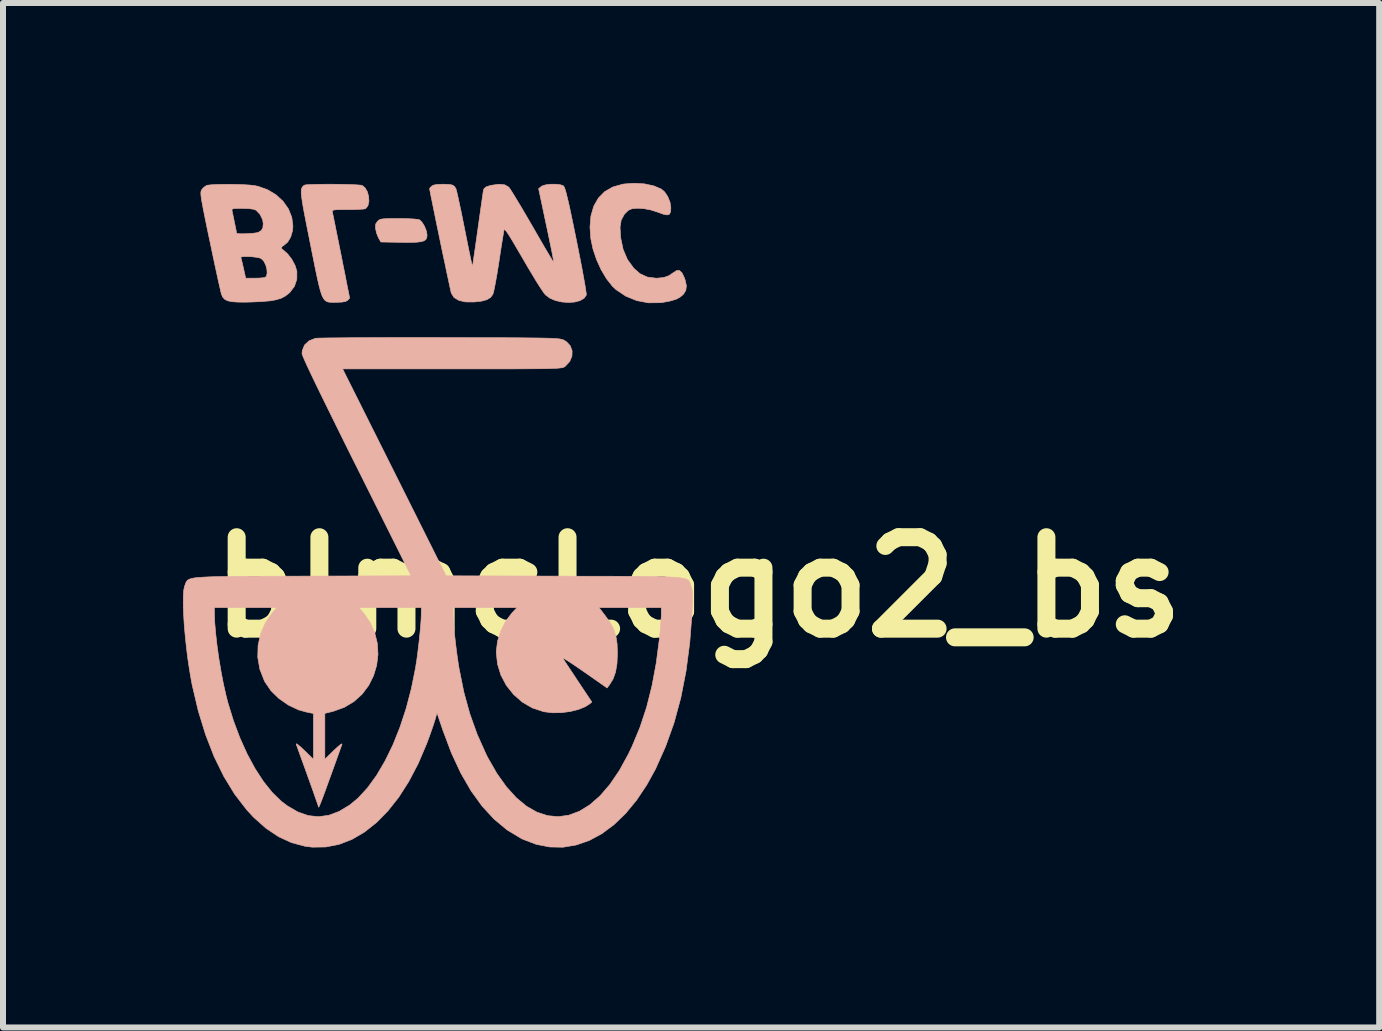
<source format=kicad_pcb>
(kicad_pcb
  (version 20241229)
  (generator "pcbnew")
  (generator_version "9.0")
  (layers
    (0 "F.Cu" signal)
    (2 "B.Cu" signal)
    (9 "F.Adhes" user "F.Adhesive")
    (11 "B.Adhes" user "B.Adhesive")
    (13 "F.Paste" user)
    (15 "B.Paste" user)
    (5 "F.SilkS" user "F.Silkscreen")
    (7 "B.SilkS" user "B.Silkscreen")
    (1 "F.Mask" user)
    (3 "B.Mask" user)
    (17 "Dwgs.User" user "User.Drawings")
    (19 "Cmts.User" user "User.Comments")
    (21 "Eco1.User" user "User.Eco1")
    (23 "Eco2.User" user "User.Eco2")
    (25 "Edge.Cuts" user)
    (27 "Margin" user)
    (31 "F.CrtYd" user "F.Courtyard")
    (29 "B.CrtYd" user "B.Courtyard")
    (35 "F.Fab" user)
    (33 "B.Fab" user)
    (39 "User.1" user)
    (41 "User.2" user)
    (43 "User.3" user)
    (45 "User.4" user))
  (footprint "blmcLogo2_bs"
    (layer "F.Cu")
    (at 8.588 6.74)
    (property "Reference" "blmcLogo2_bs" (at 0 0 0) (layer "F.SilkS") (effects (font (size 1.524 1.524) (thickness 0.3))))
    (attr through_hole)
    (fp_poly (pts (xy -4.696 -5.752) (xy -4.618 -5.761) (xy -4.566 -5.777) (xy -4.536 -5.802) (xy -4.522 -5.837) (xy -4.519 -5.874) (xy -4.531 -5.942) (xy -4.561 -6.017) (xy -4.601 -6.083) (xy -4.643 -6.125) (xy -4.645 -6.126) (xy -4.68 -6.134) (xy -4.75 -6.14) (xy -4.844 -6.145) (xy -4.955 -6.147) (xy -4.993 -6.147) (xy -5.114 -6.147) (xy -5.199 -6.145) (xy -5.257 -6.141) (xy -5.295 -6.134) (xy -5.321 -6.122) (xy -5.34 -6.105) (xy -5.345 -6.1) (xy -5.374 -6.058) (xy -5.38 -6.008) (xy -5.375 -5.968) (xy -5.357 -5.894) (xy -5.329 -5.826) (xy -5.325 -5.819) (xy -5.289 -5.756) (xy -4.954 -5.75) (xy -4.807 -5.749) (xy -4.696 -5.752)) (stroke (width 0.01) (type solid)) (fill yes) (layer "B.SilkS"))
    (fp_poly (pts (xy -0.631 -4.744) (xy -0.583 -4.75) (xy -0.46 -4.774) (xy -0.369 -4.801) (xy -0.302 -4.836) (xy -0.248 -4.882) (xy -0.245 -4.885) (xy -0.206 -4.949) (xy -0.196 -5.025) (xy -0.217 -5.123) (xy -0.231 -5.162) (xy -0.269 -5.241) (xy -0.31 -5.28) (xy -0.357 -5.281) (xy -0.408 -5.248) (xy -0.488 -5.194) (xy -0.573 -5.164) (xy -0.68 -5.153) (xy -0.705 -5.153) (xy -0.846 -5.171) (xy -0.967 -5.226) (xy -1.073 -5.318) (xy -1.179 -5.464) (xy -1.251 -5.633) (xy -1.292 -5.828) (xy -1.302 -6.001) (xy -1.283 -6.121) (xy -1.228 -6.222) (xy -1.161 -6.286) (xy -1.1 -6.311) (xy -1.01 -6.319) (xy -0.903 -6.312) (xy -0.788 -6.29) (xy -0.675 -6.254) (xy -0.673 -6.253) (xy -0.579 -6.219) (xy -0.516 -6.207) (xy -0.478 -6.219) (xy -0.46 -6.258) (xy -0.455 -6.325) (xy -0.455 -6.326) (xy -0.469 -6.419) (xy -0.507 -6.513) (xy -0.56 -6.592) (xy -0.614 -6.638) (xy -0.741 -6.692) (xy -0.895 -6.725) (xy -1.064 -6.735) (xy -1.235 -6.723) (xy -1.259 -6.719) (xy -1.422 -6.673) (xy -1.557 -6.596) (xy -1.663 -6.488) (xy -1.74 -6.353) (xy -1.787 -6.191) (xy -1.803 -6.004) (xy -1.789 -5.811) (xy -1.753 -5.639) (xy -1.694 -5.464) (xy -1.618 -5.296) (xy -1.528 -5.144) (xy -1.43 -5.02) (xy -1.369 -4.962) (xy -1.206 -4.853) (xy -1.024 -4.779) (xy -0.83 -4.742) (xy -0.631 -4.744)) (stroke (width 0.01) (type solid)) (fill yes) (layer "B.SilkS"))
    (fp_poly (pts (xy -6.063 -4.75) (xy -6.035 -4.75) (xy -5.94 -4.754) (xy -5.879 -4.764) (xy -5.844 -4.783) (xy -5.843 -4.784) (xy -5.817 -4.812) (xy -5.81 -4.822) (xy -5.814 -4.843) (xy -5.825 -4.901) (xy -5.843 -4.988) (xy -5.865 -5.099) (xy -5.89 -5.229) (xy -5.919 -5.37) (xy -5.948 -5.518) (xy -5.978 -5.667) (xy -6.007 -5.811) (xy -6.034 -5.944) (xy -6.057 -6.06) (xy -6.076 -6.153) (xy -6.089 -6.217) (xy -6.096 -6.248) (xy -6.096 -6.248) (xy -6.099 -6.268) (xy -6.094 -6.281) (xy -6.074 -6.289) (xy -6.033 -6.294) (xy -5.963 -6.296) (xy -5.859 -6.296) (xy -5.837 -6.296) (xy -5.733 -6.297) (xy -5.644 -6.301) (xy -5.578 -6.305) (xy -5.545 -6.311) (xy -5.543 -6.312) (xy -5.505 -6.361) (xy -5.488 -6.433) (xy -5.493 -6.515) (xy -5.515 -6.596) (xy -5.555 -6.662) (xy -5.598 -6.697) (xy -5.63 -6.704) (xy -5.696 -6.709) (xy -5.789 -6.713) (xy -5.901 -6.716) (xy -6.024 -6.718) (xy -6.15 -6.719) (xy -6.272 -6.718) (xy -6.382 -6.716) (xy -6.473 -6.713) (xy -6.536 -6.709) (xy -6.564 -6.703) (xy -6.584 -6.688) (xy -6.599 -6.671) (xy -6.61 -6.648) (xy -6.616 -6.614) (xy -6.616 -6.567) (xy -6.609 -6.502) (xy -6.597 -6.416) (xy -6.578 -6.304) (xy -6.551 -6.163) (xy -6.517 -5.99) (xy -6.475 -5.78) (xy -6.463 -5.718) (xy -6.418 -5.493) (xy -6.38 -5.305) (xy -6.348 -5.152) (xy -6.32 -5.03) (xy -6.295 -4.936) (xy -6.271 -4.865) (xy -6.246 -4.815) (xy -6.219 -4.782) (xy -6.189 -4.762) (xy -6.154 -4.753) (xy -6.112 -4.75) (xy -6.063 -4.75)) (stroke (width 0.01) (type solid)) (fill yes) (layer "B.SilkS"))
    (fp_poly (pts (xy -7.431 -4.756) (xy -7.266 -4.764) (xy -7.136 -4.775) (xy -7.034 -4.793) (xy -6.952 -4.818) (xy -6.885 -4.853) (xy -6.825 -4.899) (xy -6.805 -4.917) (xy -6.729 -5.018) (xy -6.69 -5.136) (xy -6.689 -5.268) (xy -6.69 -5.27) (xy -6.719 -5.365) (xy -6.773 -5.466) (xy -6.842 -5.556) (xy -6.893 -5.603) (xy -6.938 -5.64) (xy -6.949 -5.666) (xy -6.925 -5.689) (xy -6.903 -5.702) (xy -6.841 -5.756) (xy -6.792 -5.84) (xy -6.762 -5.943) (xy -6.755 -6.019) (xy -6.774 -6.167) (xy -6.83 -6.307) (xy -6.919 -6.434) (xy -7.036 -6.542) (xy -7.177 -6.627) (xy -7.336 -6.684) (xy -7.401 -6.697) (xy -7.474 -6.705) (xy -7.572 -6.711) (xy -7.686 -6.715) (xy -7.808 -6.717) (xy -7.927 -6.716) (xy -8.035 -6.714) (xy -8.123 -6.709) (xy -8.181 -6.702) (xy -8.195 -6.698) (xy -8.242 -6.666) (xy -8.275 -6.628) (xy -8.283 -6.613) (xy -8.288 -6.594) (xy -8.29 -6.566) (xy -8.287 -6.526) (xy -8.28 -6.47) (xy -8.266 -6.393) (xy -8.247 -6.292) (xy -7.772 -6.292) (xy -7.764 -6.306) (xy -7.738 -6.313) (xy -7.684 -6.316) (xy -7.597 -6.316) (xy -7.594 -6.316) (xy -7.482 -6.312) (xy -7.407 -6.301) (xy -7.368 -6.285) (xy -7.301 -6.213) (xy -7.259 -6.125) (xy -7.25 -6.063) (xy -7.256 -5.994) (xy -7.28 -5.95) (xy -7.327 -5.918) (xy -7.363 -5.909) (xy -7.423 -5.901) (xy -7.496 -5.896) (xy -7.572 -5.893) (xy -7.637 -5.893) (xy -7.682 -5.897) (xy -7.694 -5.903) (xy -7.698 -5.926) (xy -7.708 -5.98) (xy -7.723 -6.051) (xy -7.739 -6.129) (xy -7.754 -6.202) (xy -7.766 -6.258) (xy -7.768 -6.269) (xy -7.772 -6.292) (xy -8.247 -6.292) (xy -8.247 -6.292) (xy -8.221 -6.162) (xy -8.188 -5.999) (xy -8.146 -5.8) (xy -8.138 -5.764) (xy -8.1 -5.582) (xy -8.082 -5.497) (xy -7.624 -5.497) (xy -7.613 -5.508) (xy -7.571 -5.513) (xy -7.509 -5.514) (xy -7.438 -5.51) (xy -7.368 -5.502) (xy -7.312 -5.491) (xy -7.282 -5.479) (xy -7.24 -5.436) (xy -7.208 -5.372) (xy -7.189 -5.302) (xy -7.185 -5.236) (xy -7.197 -5.185) (xy -7.219 -5.166) (xy -7.257 -5.159) (xy -7.322 -5.154) (xy -7.398 -5.153) (xy -7.543 -5.153) (xy -7.579 -5.317) (xy -7.597 -5.396) (xy -7.612 -5.459) (xy -7.623 -5.494) (xy -7.624 -5.497) (xy -8.082 -5.497) (xy -8.064 -5.411) (xy -8.03 -5.255) (xy -8.001 -5.12) (xy -7.976 -5.011) (xy -7.958 -4.932) (xy -7.948 -4.889) (xy -7.946 -4.885) (xy -7.925 -4.837) (xy -7.892 -4.801) (xy -7.843 -4.776) (xy -7.771 -4.761) (xy -7.672 -4.754) (xy -7.539 -4.753) (xy -7.431 -4.756)) (stroke (width 0.01) (type solid)) (fill yes) (layer "B.SilkS"))
    (fp_poly (pts (xy -2.059 -4.755) (xy -1.968 -4.779) (xy -1.901 -4.819) (xy -1.864 -4.872) (xy -1.866 -4.901) (xy -1.875 -4.966) (xy -1.891 -5.064) (xy -1.914 -5.19) (xy -1.941 -5.339) (xy -1.974 -5.507) (xy -2.01 -5.689) (xy -2.03 -5.788) (xy -2.076 -6.013) (xy -2.115 -6.2) (xy -2.147 -6.352) (xy -2.175 -6.471) (xy -2.197 -6.561) (xy -2.215 -6.625) (xy -2.23 -6.667) (xy -2.242 -6.688) (xy -2.245 -6.691) (xy -2.296 -6.71) (xy -2.373 -6.719) (xy -2.46 -6.719) (xy -2.541 -6.709) (xy -2.601 -6.69) (xy -2.613 -6.682) (xy -2.659 -6.645) (xy -2.53 -6.034) (xy -2.497 -5.879) (xy -2.468 -5.738) (xy -2.443 -5.617) (xy -2.424 -5.52) (xy -2.412 -5.452) (xy -2.407 -5.419) (xy -2.407 -5.416) (xy -2.418 -5.432) (xy -2.449 -5.481) (xy -2.495 -5.558) (xy -2.555 -5.659) (xy -2.625 -5.78) (xy -2.704 -5.916) (xy -2.762 -6.017) (xy -2.848 -6.165) (xy -2.929 -6.303) (xy -3.002 -6.425) (xy -3.065 -6.529) (xy -3.114 -6.608) (xy -3.147 -6.657) (xy -3.158 -6.671) (xy -3.224 -6.709) (xy -3.321 -6.719) (xy -3.447 -6.701) (xy -3.473 -6.695) (xy -3.54 -6.672) (xy -3.572 -6.64) (xy -3.577 -6.626) (xy -3.583 -6.595) (xy -3.593 -6.526) (xy -3.607 -6.428) (xy -3.625 -6.304) (xy -3.645 -6.162) (xy -3.667 -6.006) (xy -3.672 -5.969) (xy -3.694 -5.814) (xy -3.714 -5.672) (xy -3.732 -5.55) (xy -3.746 -5.453) (xy -3.756 -5.385) (xy -3.762 -5.353) (xy -3.763 -5.351) (xy -3.768 -5.37) (xy -3.781 -5.425) (xy -3.799 -5.511) (xy -3.823 -5.624) (xy -3.85 -5.759) (xy -3.88 -5.91) (xy -3.893 -5.974) (xy -3.925 -6.133) (xy -3.955 -6.281) (xy -3.983 -6.41) (xy -4.006 -6.517) (xy -4.024 -6.595) (xy -4.036 -6.639) (xy -4.038 -6.645) (xy -4.061 -6.681) (xy -4.091 -6.703) (xy -4.138 -6.714) (xy -4.213 -6.718) (xy -4.258 -6.719) (xy -4.352 -6.715) (xy -4.412 -6.704) (xy -4.443 -6.686) (xy -4.47 -6.657) (xy -4.477 -6.645) (xy -4.472 -6.619) (xy -4.461 -6.557) (xy -4.442 -6.465) (xy -4.418 -6.347) (xy -4.39 -6.209) (xy -4.359 -6.056) (xy -4.325 -5.894) (xy -4.291 -5.728) (xy -4.257 -5.564) (xy -4.223 -5.407) (xy -4.193 -5.261) (xy -4.165 -5.133) (xy -4.143 -5.028) (xy -4.126 -4.951) (xy -4.116 -4.908) (xy -4.114 -4.902) (xy -4.07 -4.831) (xy -3.99 -4.783) (xy -3.878 -4.757) (xy -3.734 -4.756) (xy -3.734 -4.756) (xy -3.609 -4.77) (xy -3.52 -4.795) (xy -3.46 -4.832) (xy -3.422 -4.884) (xy -3.411 -4.921) (xy -3.395 -4.994) (xy -3.376 -5.095) (xy -3.354 -5.217) (xy -3.332 -5.353) (xy -3.321 -5.423) (xy -3.3 -5.564) (xy -3.28 -5.693) (xy -3.262 -5.803) (xy -3.248 -5.888) (xy -3.239 -5.942) (xy -3.237 -5.955) (xy -3.23 -5.963) (xy -3.215 -5.954) (xy -3.191 -5.925) (xy -3.155 -5.871) (xy -3.105 -5.791) (xy -3.04 -5.68) (xy -2.956 -5.537) (xy -2.922 -5.479) (xy -2.841 -5.339) (xy -2.762 -5.208) (xy -2.691 -5.09) (xy -2.629 -4.993) (xy -2.58 -4.92) (xy -2.548 -4.878) (xy -2.546 -4.876) (xy -2.472 -4.82) (xy -2.378 -4.78) (xy -2.272 -4.756) (xy -2.163 -4.748) (xy -2.059 -4.755)) (stroke (width 0.01) (type solid)) (fill yes) (layer "B.SilkS"))
    (fp_poly (pts (xy -2.033 4.296) (xy -1.816 4.221) (xy -1.606 4.108) (xy -1.403 3.957) (xy -1.209 3.77) (xy -1.026 3.548) (xy -0.854 3.29) (xy -0.71 3.028) (xy -0.543 2.654) (xy -0.402 2.26) (xy -0.289 1.842) (xy -0.202 1.397) (xy -0.14 0.923) (xy -0.106 0.483) (xy -0.099 0.337) (xy -0.094 0.226) (xy -0.093 0.144) (xy -0.095 0.084) (xy -0.101 0.039) (xy -0.11 0.003) (xy -0.118 -0.018) (xy -0.127 -0.045) (xy -0.135 -0.069) (xy -0.144 -0.09) (xy -0.156 -0.108) (xy -0.174 -0.123) (xy -0.201 -0.136) (xy -0.238 -0.147) (xy -0.289 -0.156) (xy -0.356 -0.164) (xy -0.442 -0.17) (xy -0.549 -0.174) (xy -0.679 -0.177) (xy -0.835 -0.18) (xy -1.02 -0.182) (xy -1.237 -0.183) (xy -1.487 -0.184) (xy -1.773 -0.184) (xy -2.099 -0.185) (xy -2.233 -0.186) (xy -4.202 -0.191) (xy -5.064 -1.916) (xy -5.927 -3.641) (xy -4.099 -3.641) (xy -3.779 -3.641) (xy -3.498 -3.641) (xy -3.255 -3.641) (xy -3.045 -3.641) (xy -2.868 -3.642) (xy -2.719 -3.643) (xy -2.596 -3.644) (xy -2.496 -3.646) (xy -2.417 -3.649) (xy -2.356 -3.651) (xy -2.31 -3.655) (xy -2.277 -3.659) (xy -2.254 -3.664) (xy -2.237 -3.67) (xy -2.225 -3.677) (xy -2.215 -3.685) (xy -2.214 -3.685) (xy -2.141 -3.764) (xy -2.104 -3.852) (xy -2.101 -3.942) (xy -2.132 -4.026) (xy -2.197 -4.095) (xy -2.237 -4.119) (xy -2.252 -4.126) (xy -2.27 -4.132) (xy -2.294 -4.137) (xy -2.325 -4.142) (xy -2.368 -4.146) (xy -2.423 -4.149) (xy -2.495 -4.152) (xy -2.585 -4.154) (xy -2.697 -4.156) (xy -2.832 -4.157) (xy -2.994 -4.159) (xy -3.185 -4.16) (xy -3.408 -4.161) (xy -3.665 -4.161) (xy -3.958 -4.162) (xy -4.292 -4.162) (xy -4.318 -4.163) (xy -4.607 -4.163) (xy -4.884 -4.163) (xy -5.148 -4.163) (xy -5.394 -4.162) (xy -5.619 -4.161) (xy -5.822 -4.16) (xy -5.998 -4.158) (xy -6.145 -4.157) (xy -6.259 -4.155) (xy -6.338 -4.153) (xy -6.378 -4.151) (xy -6.382 -4.15) (xy -6.487 -4.108) (xy -6.56 -4.04) (xy -6.598 -3.95) (xy -6.604 -3.895) (xy -6.594 -3.865) (xy -6.566 -3.798) (xy -6.52 -3.696) (xy -6.456 -3.56) (xy -6.375 -3.391) (xy -6.277 -3.19) (xy -6.163 -2.958) (xy -6.034 -2.696) (xy -5.891 -2.406) (xy -5.733 -2.089) (xy -5.694 -2.012) (xy -4.785 -0.191) (xy -6.599 -0.186) (xy -6.926 -0.185) (xy -7.213 -0.184) (xy -7.463 -0.183) (xy -7.679 -0.182) (xy -7.863 -0.18) (xy -8.018 -0.178) (xy -8.146 -0.174) (xy -8.25 -0.169) (xy -8.334 -0.163) (xy -8.398 -0.156) (xy -8.447 -0.146) (xy -8.483 -0.134) (xy -8.508 -0.12) (xy -8.525 -0.103) (xy -8.536 -0.084) (xy -8.545 -0.062) (xy -8.554 -0.036) (xy -8.561 -0.018) (xy -8.575 0.046) (xy -8.582 0.147) (xy -8.583 0.277) (xy -8.581 0.339) (xy -8.065 0.339) (xy -7.024 0.339) (xy -7.096 0.423) (xy -7.213 0.591) (xy -7.293 0.775) (xy -7.336 0.969) (xy -7.341 1.167) (xy -7.307 1.364) (xy -7.233 1.554) (xy -7.223 1.575) (xy -7.122 1.723) (xy -6.988 1.854) (xy -6.832 1.963) (xy -6.662 2.043) (xy -6.538 2.078) (xy -6.413 2.104) (xy -6.413 2.867) (xy -6.565 2.719) (xy -6.626 2.662) (xy -6.672 2.624) (xy -6.698 2.608) (xy -6.701 2.614) (xy -6.689 2.645) (xy -6.666 2.71) (xy -6.633 2.803) (xy -6.591 2.918) (xy -6.544 3.048) (xy -6.507 3.152) (xy -6.458 3.288) (xy -6.414 3.411) (xy -6.378 3.515) (xy -6.35 3.594) (xy -6.333 3.644) (xy -6.329 3.658) (xy -6.328 3.666) (xy -6.323 3.662) (xy -6.314 3.645) (xy -6.3 3.612) (xy -6.279 3.559) (xy -6.25 3.483) (xy -6.213 3.383) (xy -6.167 3.255) (xy -6.109 3.096) (xy -6.04 2.904) (xy -5.958 2.675) (xy -5.936 2.614) (xy -5.943 2.61) (xy -5.975 2.632) (xy -6.025 2.675) (xy -6.072 2.719) (xy -6.223 2.867) (xy -6.223 2.102) (xy -6.082 2.067) (xy -5.898 2.001) (xy -5.737 1.904) (xy -5.601 1.781) (xy -5.492 1.636) (xy -5.411 1.474) (xy -5.359 1.3) (xy -5.337 1.118) (xy -5.348 0.934) (xy -5.393 0.753) (xy -5.473 0.578) (xy -5.583 0.423) (xy -5.655 0.339) (xy -4.614 0.339) (xy -4.085 0.339) (xy -3.021 0.339) (xy -3.107 0.432) (xy -3.209 0.568) (xy -3.29 0.729) (xy -3.344 0.899) (xy -3.365 1.067) (xy -3.365 1.083) (xy -3.345 1.278) (xy -3.288 1.464) (xy -3.197 1.636) (xy -3.076 1.787) (xy -2.931 1.914) (xy -2.764 2.011) (xy -2.58 2.072) (xy -2.567 2.075) (xy -2.43 2.092) (xy -2.282 2.09) (xy -2.134 2.071) (xy -1.996 2.037) (xy -1.881 1.99) (xy -1.818 1.95) (xy -1.772 1.913) (xy -2.004 1.565) (xy -2.076 1.456) (xy -2.141 1.358) (xy -2.195 1.277) (xy -2.233 1.219) (xy -2.253 1.189) (xy -2.253 1.188) (xy -2.253 1.181) (xy -2.234 1.189) (xy -2.194 1.213) (xy -2.13 1.254) (xy -2.039 1.315) (xy -1.92 1.397) (xy -1.769 1.502) (xy -1.759 1.509) (xy -1.518 1.678) (xy -1.479 1.627) (xy -1.418 1.529) (xy -1.377 1.413) (xy -1.353 1.273) (xy -1.346 1.101) (xy -1.346 1.101) (xy -1.351 0.943) (xy -1.371 0.814) (xy -1.407 0.701) (xy -1.466 0.591) (xy -1.548 0.475) (xy -1.652 0.339) (xy -0.614 0.339) (xy -0.614 0.45) (xy -0.616 0.513) (xy -0.623 0.607) (xy -0.632 0.718) (xy -0.644 0.836) (xy -0.645 0.852) (xy -0.699 1.266) (xy -0.77 1.646) (xy -0.859 2) (xy -0.969 2.333) (xy -1.101 2.651) (xy -1.164 2.783) (xy -1.314 3.056) (xy -1.471 3.287) (xy -1.635 3.477) (xy -1.805 3.626) (xy -1.978 3.733) (xy -2.155 3.799) (xy -2.332 3.824) (xy -2.51 3.807) (xy -2.687 3.749) (xy -2.861 3.65) (xy -3.031 3.509) (xy -3.196 3.327) (xy -3.355 3.104) (xy -3.507 2.839) (xy -3.535 2.783) (xy -3.683 2.453) (xy -3.806 2.11) (xy -3.906 1.747) (xy -3.985 1.355) (xy -3.999 1.27) (xy -4.02 1.124) (xy -4.04 0.967) (xy -4.058 0.809) (xy -4.072 0.661) (xy -4.081 0.532) (xy -4.085 0.434) (xy -4.085 0.429) (xy -4.085 0.339) (xy -4.614 0.339) (xy -4.615 0.45) (xy -4.618 0.531) (xy -4.626 0.645) (xy -4.639 0.78) (xy -4.654 0.926) (xy -4.672 1.073) (xy -4.69 1.211) (xy -4.709 1.33) (xy -4.71 1.339) (xy -4.78 1.686) (xy -4.867 2.019) (xy -4.971 2.334) (xy -5.088 2.627) (xy -5.219 2.895) (xy -5.36 3.135) (xy -5.51 3.342) (xy -5.668 3.514) (xy -5.807 3.629) (xy -5.984 3.736) (xy -6.157 3.801) (xy -6.329 3.824) (xy -6.5 3.806) (xy -6.672 3.746) (xy -6.847 3.644) (xy -6.951 3.565) (xy -7.1 3.42) (xy -7.246 3.238) (xy -7.386 3.023) (xy -7.518 2.779) (xy -7.639 2.511) (xy -7.747 2.223) (xy -7.84 1.921) (xy -7.872 1.795) (xy -7.914 1.609) (xy -7.953 1.405) (xy -7.989 1.191) (xy -8.019 0.979) (xy -8.042 0.776) (xy -8.058 0.594) (xy -8.064 0.442) (xy -8.064 0.429) (xy -8.065 0.339) (xy -8.581 0.339) (xy -8.578 0.433) (xy -8.568 0.607) (xy -8.552 0.794) (xy -8.532 0.988) (xy -8.508 1.184) (xy -8.479 1.376) (xy -8.448 1.558) (xy -8.434 1.63) (xy -8.333 2.059) (xy -8.211 2.456) (xy -8.069 2.821) (xy -7.907 3.152) (xy -7.727 3.447) (xy -7.527 3.707) (xy -7.41 3.834) (xy -7.205 4.016) (xy -6.995 4.157) (xy -6.778 4.257) (xy -6.553 4.317) (xy -6.433 4.332) (xy -6.208 4.329) (xy -5.987 4.286) (xy -5.772 4.203) (xy -5.563 4.081) (xy -5.362 3.922) (xy -5.171 3.727) (xy -4.99 3.498) (xy -4.822 3.235) (xy -4.667 2.939) (xy -4.528 2.613) (xy -4.52 2.593) (xy -4.48 2.485) (xy -4.441 2.375) (xy -4.409 2.28) (xy -4.392 2.227) (xy -4.353 2.094) (xy -4.254 2.386) (xy -4.113 2.761) (xy -3.957 3.096) (xy -3.786 3.392) (xy -3.601 3.648) (xy -3.401 3.865) (xy -3.186 4.044) (xy -2.955 4.183) (xy -2.922 4.2) (xy -2.699 4.285) (xy -2.475 4.329) (xy -2.253 4.333) (xy -2.033 4.296)) (stroke (width 0.01) (type solid)) (fill yes) (layer "B.SilkS")))
  (gr_rect
    (start -3 -3)
    (end 19.941 14.078)
    (stroke (width 0.1) (type default))
    (fill no)
    (layer "Edge.Cuts")))
</source>
